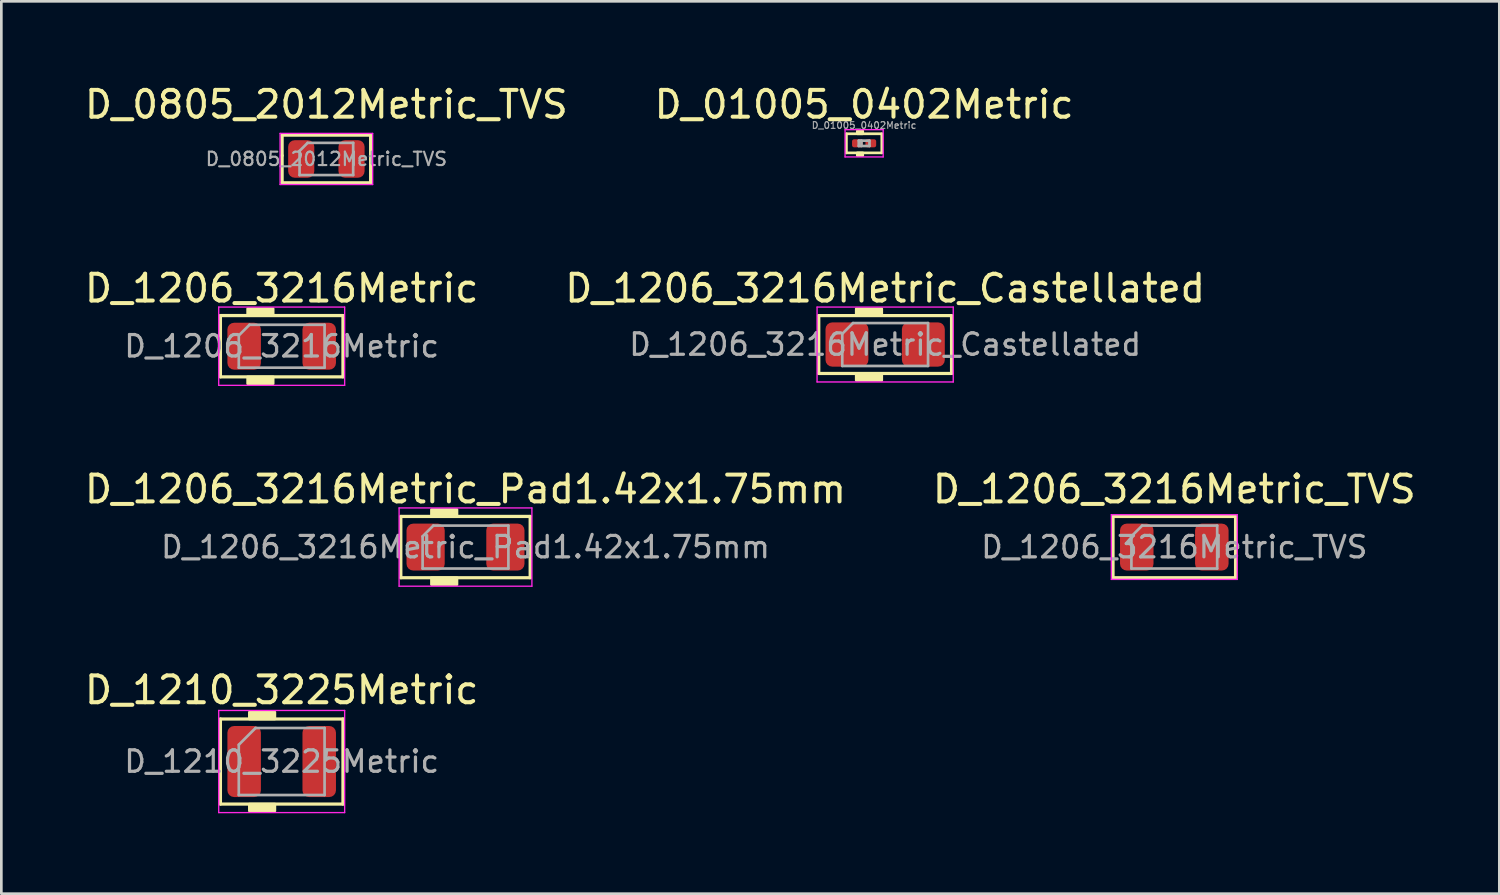
<source format=kicad_pcb>
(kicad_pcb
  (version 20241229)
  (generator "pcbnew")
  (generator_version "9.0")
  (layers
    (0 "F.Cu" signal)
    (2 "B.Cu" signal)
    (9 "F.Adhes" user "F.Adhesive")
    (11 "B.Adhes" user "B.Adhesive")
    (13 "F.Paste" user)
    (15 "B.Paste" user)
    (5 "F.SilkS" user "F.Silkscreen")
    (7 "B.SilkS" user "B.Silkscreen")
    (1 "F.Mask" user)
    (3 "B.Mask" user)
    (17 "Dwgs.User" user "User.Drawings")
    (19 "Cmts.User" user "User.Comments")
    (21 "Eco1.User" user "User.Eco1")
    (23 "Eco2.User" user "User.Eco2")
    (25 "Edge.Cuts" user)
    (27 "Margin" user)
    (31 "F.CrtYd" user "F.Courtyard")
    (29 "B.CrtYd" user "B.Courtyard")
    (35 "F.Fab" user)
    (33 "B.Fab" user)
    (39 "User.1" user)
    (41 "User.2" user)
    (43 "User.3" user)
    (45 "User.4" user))
  (footprint "D_0805_2012Metric_TVS"
    (layer "F.Cu")
    (at 9.125 2.88)
    (property "Reference" "D_0805_2012Metric_TVS" (at 0 -2.032 0) (layer "F.SilkS") (effects (font (size 1 1) (thickness 0.15))))
    (attr smd)
    (fp_line (start -1.651 -0.889) (end 1.651 -0.889) (stroke (width 0.12) (type solid)) (layer "F.SilkS"))
    (fp_line (start -1.651 -0.127) (end -1.651 -0.889) (stroke (width 0.12) (type solid)) (layer "F.SilkS"))
    (fp_line (start -1.651 0.889) (end -1.651 -0.127) (stroke (width 0.12) (type solid)) (layer "F.SilkS"))
    (fp_line (start 1.651 -0.889) (end 1.651 0.889) (stroke (width 0.12) (type solid)) (layer "F.SilkS"))
    (fp_line (start 1.651 0.889) (end -1.651 0.889) (stroke (width 0.12) (type solid)) (layer "F.SilkS"))
    (fp_line (start -1.727 -0.953) (end 1.727 -0.953) (stroke (width 0.05) (type solid)) (layer "F.CrtYd"))
    (fp_line (start -1.727 0.953) (end -1.727 -0.953) (stroke (width 0.05) (type solid)) (layer "F.CrtYd"))
    (fp_line (start 1.727 -0.953) (end 1.727 0.953) (stroke (width 0.05) (type solid)) (layer "F.CrtYd"))
    (fp_line (start 1.727 0.953) (end -1.727 0.953) (stroke (width 0.05) (type solid)) (layer "F.CrtYd"))
    (fp_line (start -1 -0.3) (end -1 0.6) (stroke (width 0.1) (type solid)) (layer "F.Fab"))
    (fp_line (start -1 0.6) (end 1 0.6) (stroke (width 0.1) (type solid)) (layer "F.Fab"))
    (fp_line (start -0.7 -0.6) (end -1 -0.3) (stroke (width 0.1) (type solid)) (layer "F.Fab"))
    (fp_line (start 1 -0.6) (end -0.7 -0.6) (stroke (width 0.1) (type solid)) (layer "F.Fab"))
    (fp_line (start 1 0.6) (end 1 -0.6) (stroke (width 0.1) (type solid)) (layer "F.Fab"))
    (fp_text user "${REFERENCE}" (at 0 0 0) (layer "F.Fab") (effects (font (size 0.5 0.5) (thickness 0.08))))
    (pad "1" smd roundrect (at -0.938 0) (size 0.975 1.4) (layers "F.Cu" "F.Mask" "F.Paste") (roundrect_rratio 0.25))
    (pad "2" smd roundrect (at 0.938 0) (size 0.975 1.4) (layers "F.Cu" "F.Mask" "F.Paste") (roundrect_rratio 0.25)))
  (footprint "D_1210_3225Metric"
    (layer "F.Cu")
    (at 7.458 25.358)
    (property "Reference" "D_1210_3225Metric" (at 0 -2.667 0) (layer "F.SilkS") (effects (font (size 1 1) (thickness 0.15))))
    (attr smd)
    (fp_line (start -2.286 -1.587) (end 2.286 -1.587) (stroke (width 0.12) (type solid)) (layer "F.SilkS"))
    (fp_line (start -2.286 1.587) (end -2.286 -1.587) (stroke (width 0.12) (type solid)) (layer "F.SilkS"))
    (fp_line (start 2.286 -1.587) (end 2.286 1.587) (stroke (width 0.12) (type solid)) (layer "F.SilkS"))
    (fp_line (start 2.286 1.587) (end -2.286 1.587) (stroke (width 0.12) (type solid)) (layer "F.SilkS"))
    (fp_poly (pts (xy -0.254 -1.587) (xy -1.206 -1.587) (xy -1.206 -1.841) (xy -0.254 -1.841)) (stroke (width 0.1) (type solid)) (fill yes) (layer "F.SilkS"))
    (fp_poly (pts (xy -0.254 1.841) (xy -1.206 1.841) (xy -1.206 1.587) (xy -0.254 1.587)) (stroke (width 0.1) (type solid)) (fill yes) (layer "F.SilkS"))
    (fp_line (start -2.349 -1.905) (end 2.349 -1.905) (stroke (width 0.05) (type solid)) (layer "F.CrtYd"))
    (fp_line (start -2.349 1.905) (end -2.349 -1.905) (stroke (width 0.05) (type solid)) (layer "F.CrtYd"))
    (fp_line (start 2.349 -1.905) (end 2.349 1.905) (stroke (width 0.05) (type solid)) (layer "F.CrtYd"))
    (fp_line (start 2.349 1.905) (end -2.349 1.905) (stroke (width 0.05) (type solid)) (layer "F.CrtYd"))
    (fp_line (start -1.6 -0.625) (end -1.6 1.25) (stroke (width 0.1) (type solid)) (layer "F.Fab"))
    (fp_line (start -1.6 1.25) (end 1.6 1.25) (stroke (width 0.1) (type solid)) (layer "F.Fab"))
    (fp_line (start -0.975 -1.25) (end -1.6 -0.625) (stroke (width 0.1) (type solid)) (layer "F.Fab"))
    (fp_line (start 1.6 -1.25) (end -0.975 -1.25) (stroke (width 0.1) (type solid)) (layer "F.Fab"))
    (fp_line (start 1.6 1.25) (end 1.6 -1.25) (stroke (width 0.1) (type solid)) (layer "F.Fab"))
    (fp_text user "${REFERENCE}" (at 0 0 0) (layer "F.Fab") (effects (font (size 0.8 0.8) (thickness 0.12))))
    (pad "1" smd roundrect (at -1.4 0) (size 1.25 2.65) (layers "F.Cu" "F.Mask" "F.Paste") (roundrect_rratio 0.2))
    (pad "2" smd roundrect (at 1.4 0) (size 1.25 2.65) (layers "F.Cu" "F.Mask" "F.Paste") (roundrect_rratio 0.2)))
  (footprint "D_1206_3216Metric"
    (layer "F.Cu")
    (at 7.458 9.865)
    (property "Reference" "D_1206_3216Metric" (at 0 -2.159 0) (layer "F.SilkS") (effects (font (size 1 1) (thickness 0.15))))
    (attr smd)
    (fp_line (start -2.286 -1.143) (end -2.286 1.143) (stroke (width 0.12) (type solid)) (layer "F.SilkS"))
    (fp_line (start -2.286 1.143) (end 2.286 1.143) (stroke (width 0.12) (type solid)) (layer "F.SilkS"))
    (fp_line (start 2.286 -1.143) (end -2.286 -1.143) (stroke (width 0.12) (type solid)) (layer "F.SilkS"))
    (fp_line (start 2.286 1.143) (end 2.286 -1.143) (stroke (width 0.12) (type solid)) (layer "F.SilkS"))
    (fp_poly (pts (xy -0.318 -1.143) (xy -1.27 -1.143) (xy -1.27 -1.397) (xy -0.318 -1.397)) (stroke (width 0.1) (type solid)) (fill yes) (layer "F.SilkS"))
    (fp_poly (pts (xy -0.318 1.397) (xy -1.27 1.397) (xy -1.27 1.143) (xy -0.318 1.143)) (stroke (width 0.1) (type solid)) (fill yes) (layer "F.SilkS"))
    (fp_line (start -2.349 -1.46) (end 2.349 -1.46) (stroke (width 0.05) (type solid)) (layer "F.CrtYd"))
    (fp_line (start -2.349 1.46) (end -2.349 -1.46) (stroke (width 0.05) (type solid)) (layer "F.CrtYd"))
    (fp_line (start 2.349 -1.46) (end 2.349 1.46) (stroke (width 0.05) (type solid)) (layer "F.CrtYd"))
    (fp_line (start 2.349 1.46) (end -2.349 1.46) (stroke (width 0.05) (type solid)) (layer "F.CrtYd"))
    (fp_line (start -1.6 -0.4) (end -1.6 0.8) (stroke (width 0.1) (type solid)) (layer "F.Fab"))
    (fp_line (start -1.6 0.8) (end 1.6 0.8) (stroke (width 0.1) (type solid)) (layer "F.Fab"))
    (fp_line (start -1.2 -0.8) (end -1.6 -0.4) (stroke (width 0.1) (type solid)) (layer "F.Fab"))
    (fp_line (start 1.6 -0.8) (end -1.2 -0.8) (stroke (width 0.1) (type solid)) (layer "F.Fab"))
    (fp_line (start 1.6 0.8) (end 1.6 -0.8) (stroke (width 0.1) (type solid)) (layer "F.Fab"))
    (fp_text user "${REFERENCE}" (at 0 0 0) (layer "F.Fab") (effects (font (size 0.8 0.8) (thickness 0.12))))
    (pad "1" smd roundrect (at -1.4 0) (size 1.25 1.75) (layers "F.Cu" "F.Mask" "F.Paste") (roundrect_rratio 0.2))
    (pad "2" smd roundrect (at 1.4 0) (size 1.25 1.75) (layers "F.Cu" "F.Mask" "F.Paste") (roundrect_rratio 0.2)))
  (footprint "D_1206_3216Metric_Pad1.42x1.75mm"
    (layer "F.Cu")
    (at 14.315 17.358)
    (property "Reference" "D_1206_3216Metric_Pad1.42x1.75mm" (at 0 -2.159 0) (layer "F.SilkS") (effects (font (size 1 1) (thickness 0.15))))
    (attr smd)
    (fp_line (start -2.413 -1.143) (end -2.413 1.143) (stroke (width 0.12) (type solid)) (layer "F.SilkS"))
    (fp_line (start -2.413 1.143) (end 2.413 1.143) (stroke (width 0.12) (type solid)) (layer "F.SilkS"))
    (fp_line (start 2.413 -1.143) (end -2.413 -1.143) (stroke (width 0.12) (type solid)) (layer "F.SilkS"))
    (fp_line (start 2.413 1.143) (end 2.413 -1.143) (stroke (width 0.12) (type solid)) (layer "F.SilkS"))
    (fp_poly (pts (xy -0.318 -1.143) (xy -1.27 -1.143) (xy -1.27 -1.397) (xy -0.318 -1.397)) (stroke (width 0.1) (type solid)) (fill yes) (layer "F.SilkS"))
    (fp_poly (pts (xy -0.318 1.397) (xy -1.27 1.397) (xy -1.27 1.143) (xy -0.318 1.143)) (stroke (width 0.1) (type solid)) (fill yes) (layer "F.SilkS"))
    (fp_line (start -2.477 -1.46) (end 2.477 -1.46) (stroke (width 0.05) (type solid)) (layer "F.CrtYd"))
    (fp_line (start -2.477 1.46) (end -2.477 -1.46) (stroke (width 0.05) (type solid)) (layer "F.CrtYd"))
    (fp_line (start 2.477 -1.46) (end 2.477 1.46) (stroke (width 0.05) (type solid)) (layer "F.CrtYd"))
    (fp_line (start 2.477 1.46) (end -2.477 1.46) (stroke (width 0.05) (type solid)) (layer "F.CrtYd"))
    (fp_line (start -1.6 -0.4) (end -1.6 0.8) (stroke (width 0.1) (type solid)) (layer "F.Fab"))
    (fp_line (start -1.6 0.8) (end 1.6 0.8) (stroke (width 0.1) (type solid)) (layer "F.Fab"))
    (fp_line (start -1.2 -0.8) (end -1.6 -0.4) (stroke (width 0.1) (type solid)) (layer "F.Fab"))
    (fp_line (start 1.6 -0.8) (end -1.2 -0.8) (stroke (width 0.1) (type solid)) (layer "F.Fab"))
    (fp_line (start 1.6 0.8) (end 1.6 -0.8) (stroke (width 0.1) (type solid)) (layer "F.Fab"))
    (fp_text user "${REFERENCE}" (at 0 0 0) (layer "F.Fab") (effects (font (size 0.8 0.8) (thickness 0.12))))
    (pad "1" smd roundrect (at -1.488 0) (size 1.425 1.75) (layers "F.Cu" "F.Mask" "F.Paste") (roundrect_rratio 0.175))
    (pad "2" smd roundrect (at 1.488 0) (size 1.425 1.75) (layers "F.Cu" "F.Mask" "F.Paste") (roundrect_rratio 0.175)))
  (footprint "D_1206_3216Metric_Castellated"
    (layer "F.Cu")
    (at 29.97 9.802)
    (property "Reference" "D_1206_3216Metric_Castellated" (at 0 -2.095 0) (layer "F.SilkS") (effects (font (size 1 1) (thickness 0.15))))
    (attr smd)
    (fp_line (start -2.477 -1.079) (end -2.477 1.079) (stroke (width 0.12) (type solid)) (layer "F.SilkS"))
    (fp_line (start -2.477 1.079) (end 2.477 1.079) (stroke (width 0.12) (type solid)) (layer "F.SilkS"))
    (fp_line (start 2.477 -1.079) (end -2.477 -1.079) (stroke (width 0.12) (type solid)) (layer "F.SilkS"))
    (fp_line (start 2.477 1.079) (end 2.477 -1.079) (stroke (width 0.12) (type solid)) (layer "F.SilkS"))
    (fp_poly (pts (xy -0.127 -1.079) (xy -1.079 -1.079) (xy -1.079 -1.333) (xy -0.127 -1.333)) (stroke (width 0.1) (type solid)) (fill yes) (layer "F.SilkS"))
    (fp_poly (pts (xy -0.127 1.333) (xy -1.079 1.333) (xy -1.079 1.079) (xy -0.127 1.079)) (stroke (width 0.1) (type solid)) (fill yes) (layer "F.SilkS"))
    (fp_line (start -2.54 -1.397) (end 2.54 -1.397) (stroke (width 0.05) (type solid)) (layer "F.CrtYd"))
    (fp_line (start -2.54 1.397) (end -2.54 -1.397) (stroke (width 0.05) (type solid)) (layer "F.CrtYd"))
    (fp_line (start 2.54 -1.397) (end 2.54 1.397) (stroke (width 0.05) (type solid)) (layer "F.CrtYd"))
    (fp_line (start 2.54 1.397) (end -2.54 1.397) (stroke (width 0.05) (type solid)) (layer "F.CrtYd"))
    (fp_line (start -1.6 -0.4) (end -1.6 0.8) (stroke (width 0.1) (type solid)) (layer "F.Fab"))
    (fp_line (start -1.6 0.8) (end 1.6 0.8) (stroke (width 0.1) (type solid)) (layer "F.Fab"))
    (fp_line (start -1.2 -0.8) (end -1.6 -0.4) (stroke (width 0.1) (type solid)) (layer "F.Fab"))
    (fp_line (start 1.6 -0.8) (end -1.2 -0.8) (stroke (width 0.1) (type solid)) (layer "F.Fab"))
    (fp_line (start 1.6 0.8) (end 1.6 -0.8) (stroke (width 0.1) (type solid)) (layer "F.Fab"))
    (fp_text user "${REFERENCE}" (at 0 0 0) (layer "F.Fab") (effects (font (size 0.8 0.8) (thickness 0.12))))
    (pad "1" smd roundrect (at -1.425 0) (size 1.6 1.65) (layers "F.Cu" "F.Mask" "F.Paste") (roundrect_rratio 0.156))
    (pad "2" smd roundrect (at 1.425 0) (size 1.6 1.65) (layers "F.Cu" "F.Mask" "F.Paste") (roundrect_rratio 0.156)))
  (footprint "D_01005_0402Metric"
    (layer "F.Cu")
    (at 29.185 2.296)
    (property "Reference" "D_01005_0402Metric" (at 0 -1.448 0) (layer "F.SilkS") (effects (font (size 1 1) (thickness 0.15))))
    (attr smd)
    (fp_line (start -0.66 -0.356) (end 0.66 -0.356) (stroke (width 0.1) (type solid)) (layer "F.SilkS"))
    (fp_line (start -0.66 0.356) (end -0.66 -0.356) (stroke (width 0.1) (type solid)) (layer "F.SilkS"))
    (fp_line (start 0.66 -0.356) (end 0.66 0.356) (stroke (width 0.1) (type solid)) (layer "F.SilkS"))
    (fp_line (start 0.66 0.356) (end -0.66 0.356) (stroke (width 0.1) (type solid)) (layer "F.SilkS"))
    (fp_poly (pts (xy -0.051 -0.356) (xy -0.254 -0.356) (xy -0.254 -0.457) (xy -0.051 -0.457)) (stroke (width 0.1) (type solid)) (fill yes) (layer "F.SilkS"))
    (fp_poly (pts (xy -0.051 0.457) (xy -0.254 0.457) (xy -0.254 0.356) (xy -0.051 0.356)) (stroke (width 0.1) (type solid)) (fill yes) (layer "F.SilkS"))
    (fp_line (start -0.711 -0.508) (end 0.711 -0.508) (stroke (width 0.05) (type solid)) (layer "F.CrtYd"))
    (fp_line (start -0.711 0.508) (end -0.711 -0.508) (stroke (width 0.05) (type solid)) (layer "F.CrtYd"))
    (fp_line (start 0.711 -0.508) (end 0.711 0.508) (stroke (width 0.05) (type solid)) (layer "F.CrtYd"))
    (fp_line (start 0.711 0.508) (end -0.711 0.508) (stroke (width 0.05) (type solid)) (layer "F.CrtYd"))
    (fp_line (start -0.2 -0.1) (end 0.2 -0.1) (stroke (width 0.1) (type solid)) (layer "F.Fab"))
    (fp_line (start -0.2 0.1) (end -0.2 -0.1) (stroke (width 0.1) (type solid)) (layer "F.Fab"))
    (fp_line (start -0.1 0.1) (end -0.1 -0.1) (stroke (width 0.1) (type solid)) (layer "F.Fab"))
    (fp_line (start 0.2 -0.1) (end 0.2 0.1) (stroke (width 0.1) (type solid)) (layer "F.Fab"))
    (fp_line (start 0.2 0.1) (end -0.2 0.1) (stroke (width 0.1) (type solid)) (layer "F.Fab"))
    (fp_text user "${REFERENCE}" (at 0 -0.671 0) (layer "F.Fab") (effects (font (size 0.25 0.25) (thickness 0.04))))
    (pad "" smd roundrect (at -0.275 0) (size 0.27 0.27) (layers "F.Paste") (roundrect_rratio 0.25))
    (pad "" smd roundrect (at 0.275 0) (size 0.27 0.27) (layers "F.Paste") (roundrect_rratio 0.25))
    (pad "1" smd roundrect (at -0.25 0) (size 0.4 0.3) (layers "F.Cu" "F.Mask") (roundrect_rratio 0.25))
    (pad "2" smd roundrect (at 0.25 0) (size 0.4 0.3) (layers "F.Cu" "F.Mask") (roundrect_rratio 0.25)))
  (footprint "D_1206_3216Metric_TVS"
    (layer "F.Cu")
    (at 40.756 17.358)
    (property "Reference" "D_1206_3216Metric_TVS" (at 0 -2.159 0) (layer "F.SilkS") (effects (font (size 1 1) (thickness 0.15))))
    (attr smd)
    (fp_line (start -2.286 -1.143) (end -2.286 1.143) (stroke (width 0.12) (type solid)) (layer "F.SilkS"))
    (fp_line (start -2.286 1.143) (end 2.286 1.143) (stroke (width 0.12) (type solid)) (layer "F.SilkS"))
    (fp_line (start 2.286 -1.143) (end -2.286 -1.143) (stroke (width 0.12) (type solid)) (layer "F.SilkS"))
    (fp_line (start 2.286 1.143) (end 2.286 -1.143) (stroke (width 0.12) (type solid)) (layer "F.SilkS"))
    (fp_line (start -2.349 -1.206) (end 2.349 -1.206) (stroke (width 0.05) (type solid)) (layer "F.CrtYd"))
    (fp_line (start -2.349 1.206) (end -2.349 -1.206) (stroke (width 0.05) (type solid)) (layer "F.CrtYd"))
    (fp_line (start 2.349 -1.206) (end 2.349 1.206) (stroke (width 0.05) (type solid)) (layer "F.CrtYd"))
    (fp_line (start 2.349 1.206) (end -2.349 1.206) (stroke (width 0.05) (type solid)) (layer "F.CrtYd"))
    (fp_line (start -1.6 -0.4) (end -1.6 0.8) (stroke (width 0.1) (type solid)) (layer "F.Fab"))
    (fp_line (start -1.6 0.8) (end 1.6 0.8) (stroke (width 0.1) (type solid)) (layer "F.Fab"))
    (fp_line (start -1.2 -0.8) (end -1.6 -0.4) (stroke (width 0.1) (type solid)) (layer "F.Fab"))
    (fp_line (start 1.6 -0.8) (end -1.2 -0.8) (stroke (width 0.1) (type solid)) (layer "F.Fab"))
    (fp_line (start 1.6 0.8) (end 1.6 -0.8) (stroke (width 0.1) (type solid)) (layer "F.Fab"))
    (fp_text user "${REFERENCE}" (at 0 0 0) (layer "F.Fab") (effects (font (size 0.8 0.8) (thickness 0.12))))
    (pad "1" smd roundrect (at -1.4 0) (size 1.25 1.75) (layers "F.Cu" "F.Mask" "F.Paste") (roundrect_rratio 0.2))
    (pad "2" smd roundrect (at 1.4 0) (size 1.25 1.75) (layers "F.Cu" "F.Mask" "F.Paste") (roundrect_rratio 0.2)))
  (gr_rect
    (start -3 -3)
    (end 52.881 30.288)
    (stroke (width 0.1) (type default))
    (fill no)
    (layer "Edge.Cuts")))
</source>
